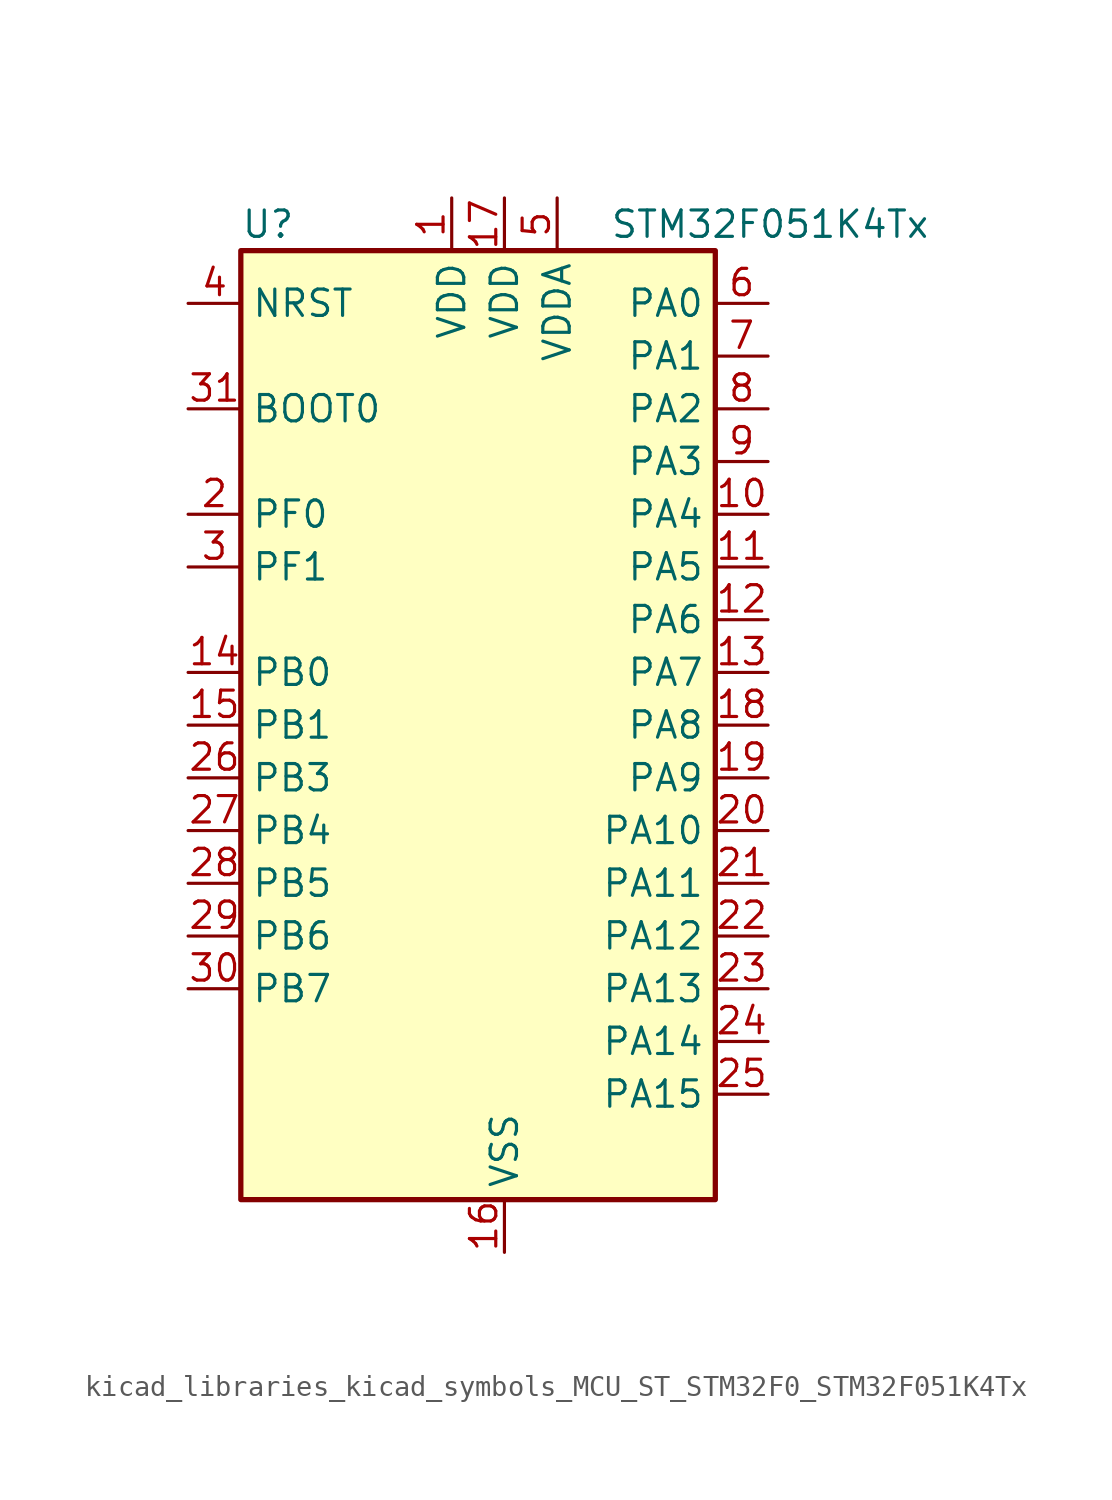
<source format=kicad_sym>
(kicad_symbol_lib
  (version 20220914)
  (generator kicad_symbol_editor)
  (symbol "kicad_libraries_kicad_symbols_MCU_ST_STM32F0_STM32F051K4Tx"
    (property "Reference" "U"
      (at -10.16 24.13 0)
      (effects (font (size 1.27 1.27)) (justify left)))
    (property "Value" "STM32F051K4Tx"
      (at 7.62 24.13 0)
      (effects (font (size 1.27 1.27)) (justify left)))
    (property "ki_locked" ""
      (at 0 0 0)
      (effects (font (size 1.27 1.27))))
    (symbol "kicad_libraries_kicad_symbols_MCU_ST_STM32F0_STM32F051K4Tx_0_1"
      (rectangle (start -10.16 -22.86) (end 12.7 22.86) (stroke (width 0.254) (type default)) (fill (type background))))
    (symbol "kicad_libraries_kicad_symbols_MCU_ST_STM32F0_STM32F051K4Tx_1_1"
      (pin power_in line (at 0 25.4 270) (length 2.54) (name "VDD" (effects (font (size 1.27 1.27)))) (number "1" (effects (font (size 1.27 1.27)))))
      (pin bidirectional line (at 15.24 10.16 180) (length 2.54) (name "PA4" (effects (font (size 1.27 1.27)))) (number "10" (effects (font (size 1.27 1.27)))) (alternate "ADC_IN4" bidirectional line) (alternate "COMP1_INM" bidirectional line) (alternate "COMP2_INM" bidirectional line) (alternate "DAC1_OUT1" bidirectional line) (alternate "I2S1_WS" bidirectional line) (alternate "SPI1_NSS" bidirectional line) (alternate "TIM14_CH1" bidirectional line) (alternate "TSC_G2_IO1" bidirectional line))
      (pin bidirectional line (at 15.24 7.62 180) (length 2.54) (name "PA5" (effects (font (size 1.27 1.27)))) (number "11" (effects (font (size 1.27 1.27)))) (alternate "ADC_IN5" bidirectional line) (alternate "CEC" bidirectional line) (alternate "COMP1_INM" bidirectional line) (alternate "COMP2_INM" bidirectional line) (alternate "I2S1_CK" bidirectional line) (alternate "SPI1_SCK" bidirectional line) (alternate "TIM2_CH1" bidirectional line) (alternate "TIM2_ETR" bidirectional line) (alternate "TSC_G2_IO2" bidirectional line))
      (pin bidirectional line (at 15.24 5.08 180) (length 2.54) (name "PA6" (effects (font (size 1.27 1.27)))) (number "12" (effects (font (size 1.27 1.27)))) (alternate "ADC_IN6" bidirectional line) (alternate "COMP1_OUT" bidirectional line) (alternate "I2S1_MCK" bidirectional line) (alternate "SPI1_MISO" bidirectional line) (alternate "TIM16_CH1" bidirectional line) (alternate "TIM1_BKIN" bidirectional line) (alternate "TIM3_CH1" bidirectional line) (alternate "TSC_G2_IO3" bidirectional line))
      (pin bidirectional line (at 15.24 2.54 180) (length 2.54) (name "PA7" (effects (font (size 1.27 1.27)))) (number "13" (effects (font (size 1.27 1.27)))) (alternate "ADC_IN7" bidirectional line) (alternate "COMP2_OUT" bidirectional line) (alternate "I2S1_SD" bidirectional line) (alternate "SPI1_MOSI" bidirectional line) (alternate "TIM14_CH1" bidirectional line) (alternate "TIM17_CH1" bidirectional line) (alternate "TIM1_CH1N" bidirectional line) (alternate "TIM3_CH2" bidirectional line) (alternate "TSC_G2_IO4" bidirectional line))
      (pin bidirectional line (at -12.7 2.54 0) (length 2.54) (name "PB0" (effects (font (size 1.27 1.27)))) (number "14" (effects (font (size 1.27 1.27)))) (alternate "ADC_IN8" bidirectional line) (alternate "TIM1_CH2N" bidirectional line) (alternate "TIM3_CH3" bidirectional line) (alternate "TSC_G3_IO2" bidirectional line))
      (pin bidirectional line (at -12.7 0 0) (length 2.54) (name "PB1" (effects (font (size 1.27 1.27)))) (number "15" (effects (font (size 1.27 1.27)))) (alternate "ADC_IN9" bidirectional line) (alternate "TIM14_CH1" bidirectional line) (alternate "TIM1_CH3N" bidirectional line) (alternate "TIM3_CH4" bidirectional line) (alternate "TSC_G3_IO3" bidirectional line))
      (pin power_in line (at 2.54 -25.4 90) (length 2.54) (name "VSS" (effects (font (size 1.27 1.27)))) (number "16" (effects (font (size 1.27 1.27)))))
      (pin power_in line (at 2.54 25.4 270) (length 2.54) (name "VDD" (effects (font (size 1.27 1.27)))) (number "17" (effects (font (size 1.27 1.27)))))
      (pin bidirectional line (at 15.24 0 180) (length 2.54) (name "PA8" (effects (font (size 1.27 1.27)))) (number "18" (effects (font (size 1.27 1.27)))) (alternate "RCC_MCO" bidirectional line) (alternate "TIM1_CH1" bidirectional line) (alternate "USART1_CK" bidirectional line))
      (pin bidirectional line (at 15.24 -2.54 180) (length 2.54) (name "PA9" (effects (font (size 1.27 1.27)))) (number "19" (effects (font (size 1.27 1.27)))) (alternate "DAC1_EXTI9" bidirectional line) (alternate "TIM15_BKIN" bidirectional line) (alternate "TIM1_CH2" bidirectional line) (alternate "TSC_G4_IO1" bidirectional line) (alternate "USART1_TX" bidirectional line))
      (pin bidirectional line (at -12.7 10.16 0) (length 2.54) (name "PF0" (effects (font (size 1.27 1.27)))) (number "2" (effects (font (size 1.27 1.27)))) (alternate "RCC_OSC_IN" bidirectional line))
      (pin bidirectional line (at 15.24 -5.08 180) (length 2.54) (name "PA10" (effects (font (size 1.27 1.27)))) (number "20" (effects (font (size 1.27 1.27)))) (alternate "TIM17_BKIN" bidirectional line) (alternate "TIM1_CH3" bidirectional line) (alternate "TSC_G4_IO2" bidirectional line) (alternate "USART1_RX" bidirectional line))
      (pin bidirectional line (at 15.24 -7.62 180) (length 2.54) (name "PA11" (effects (font (size 1.27 1.27)))) (number "21" (effects (font (size 1.27 1.27)))) (alternate "COMP1_OUT" bidirectional line) (alternate "TIM1_CH4" bidirectional line) (alternate "TSC_G4_IO3" bidirectional line) (alternate "USART1_CTS" bidirectional line))
      (pin bidirectional line (at 15.24 -10.16 180) (length 2.54) (name "PA12" (effects (font (size 1.27 1.27)))) (number "22" (effects (font (size 1.27 1.27)))) (alternate "COMP2_OUT" bidirectional line) (alternate "TIM1_ETR" bidirectional line) (alternate "TSC_G4_IO4" bidirectional line) (alternate "USART1_DE" bidirectional line) (alternate "USART1_RTS" bidirectional line))
      (pin bidirectional line (at 15.24 -12.7 180) (length 2.54) (name "PA13" (effects (font (size 1.27 1.27)))) (number "23" (effects (font (size 1.27 1.27)))) (alternate "IR_OUT" bidirectional line) (alternate "SYS_SWDIO" bidirectional line))
      (pin bidirectional line (at 15.24 -15.24 180) (length 2.54) (name "PA14" (effects (font (size 1.27 1.27)))) (number "24" (effects (font (size 1.27 1.27)))) (alternate "SYS_SWCLK" bidirectional line))
      (pin bidirectional line (at 15.24 -17.78 180) (length 2.54) (name "PA15" (effects (font (size 1.27 1.27)))) (number "25" (effects (font (size 1.27 1.27)))) (alternate "I2S1_WS" bidirectional line) (alternate "SPI1_NSS" bidirectional line) (alternate "TIM2_CH1" bidirectional line) (alternate "TIM2_ETR" bidirectional line))
      (pin bidirectional line (at -12.7 -2.54 0) (length 2.54) (name "PB3" (effects (font (size 1.27 1.27)))) (number "26" (effects (font (size 1.27 1.27)))) (alternate "I2S1_CK" bidirectional line) (alternate "SPI1_SCK" bidirectional line) (alternate "TIM2_CH2" bidirectional line) (alternate "TSC_G5_IO1" bidirectional line))
      (pin bidirectional line (at -12.7 -5.08 0) (length 2.54) (name "PB4" (effects (font (size 1.27 1.27)))) (number "27" (effects (font (size 1.27 1.27)))) (alternate "I2S1_MCK" bidirectional line) (alternate "SPI1_MISO" bidirectional line) (alternate "TIM3_CH1" bidirectional line) (alternate "TSC_G5_IO2" bidirectional line))
      (pin bidirectional line (at -12.7 -7.62 0) (length 2.54) (name "PB5" (effects (font (size 1.27 1.27)))) (number "28" (effects (font (size 1.27 1.27)))) (alternate "I2C1_SMBA" bidirectional line) (alternate "I2S1_SD" bidirectional line) (alternate "SPI1_MOSI" bidirectional line) (alternate "TIM16_BKIN" bidirectional line) (alternate "TIM3_CH2" bidirectional line))
      (pin bidirectional line (at -12.7 -10.16 0) (length 2.54) (name "PB6" (effects (font (size 1.27 1.27)))) (number "29" (effects (font (size 1.27 1.27)))) (alternate "I2C1_SCL" bidirectional line) (alternate "TIM16_CH1N" bidirectional line) (alternate "TSC_G5_IO3" bidirectional line) (alternate "USART1_TX" bidirectional line))
      (pin bidirectional line (at -12.7 7.62 0) (length 2.54) (name "PF1" (effects (font (size 1.27 1.27)))) (number "3" (effects (font (size 1.27 1.27)))) (alternate "RCC_OSC_OUT" bidirectional line))
      (pin bidirectional line (at -12.7 -12.7 0) (length 2.54) (name "PB7" (effects (font (size 1.27 1.27)))) (number "30" (effects (font (size 1.27 1.27)))) (alternate "I2C1_SDA" bidirectional line) (alternate "TIM17_CH1N" bidirectional line) (alternate "TSC_G5_IO4" bidirectional line) (alternate "USART1_RX" bidirectional line))
      (pin input line (at -12.7 15.24 0) (length 2.54) (name "BOOT0" (effects (font (size 1.27 1.27)))) (number "31" (effects (font (size 1.27 1.27)))))
      (pin passive line (at 2.54 -25.4 90) (length 2.54) hide (name "VSS" (effects (font (size 1.27 1.27)))) (number "32" (effects (font (size 1.27 1.27)))))
      (pin input line (at -12.7 20.32 0) (length 2.54) (name "NRST" (effects (font (size 1.27 1.27)))) (number "4" (effects (font (size 1.27 1.27)))))
      (pin power_in line (at 5.08 25.4 270) (length 2.54) (name "VDDA" (effects (font (size 1.27 1.27)))) (number "5" (effects (font (size 1.27 1.27)))))
      (pin bidirectional line (at 15.24 20.32 180) (length 2.54) (name "PA0" (effects (font (size 1.27 1.27)))) (number "6" (effects (font (size 1.27 1.27)))) (alternate "ADC_IN0" bidirectional line) (alternate "COMP1_INM" bidirectional line) (alternate "COMP1_OUT" bidirectional line) (alternate "RTC_TAMP2" bidirectional line) (alternate "SYS_WKUP1" bidirectional line) (alternate "TIM2_CH1" bidirectional line) (alternate "TIM2_ETR" bidirectional line) (alternate "TSC_G1_IO1" bidirectional line))
      (pin bidirectional line (at 15.24 17.78 180) (length 2.54) (name "PA1" (effects (font (size 1.27 1.27)))) (number "7" (effects (font (size 1.27 1.27)))) (alternate "ADC_IN1" bidirectional line) (alternate "COMP1_INP" bidirectional line) (alternate "TIM2_CH2" bidirectional line) (alternate "TSC_G1_IO2" bidirectional line))
      (pin bidirectional line (at 15.24 15.24 180) (length 2.54) (name "PA2" (effects (font (size 1.27 1.27)))) (number "8" (effects (font (size 1.27 1.27)))) (alternate "ADC_IN2" bidirectional line) (alternate "COMP2_INM" bidirectional line) (alternate "COMP2_OUT" bidirectional line) (alternate "TIM15_CH1" bidirectional line) (alternate "TIM2_CH3" bidirectional line) (alternate "TSC_G1_IO3" bidirectional line))
      (pin bidirectional line (at 15.24 12.7 180) (length 2.54) (name "PA3" (effects (font (size 1.27 1.27)))) (number "9" (effects (font (size 1.27 1.27)))) (alternate "ADC_IN3" bidirectional line) (alternate "COMP2_INP" bidirectional line) (alternate "TIM15_CH2" bidirectional line) (alternate "TIM2_CH4" bidirectional line) (alternate "TSC_G1_IO4" bidirectional line)))))
</source>
